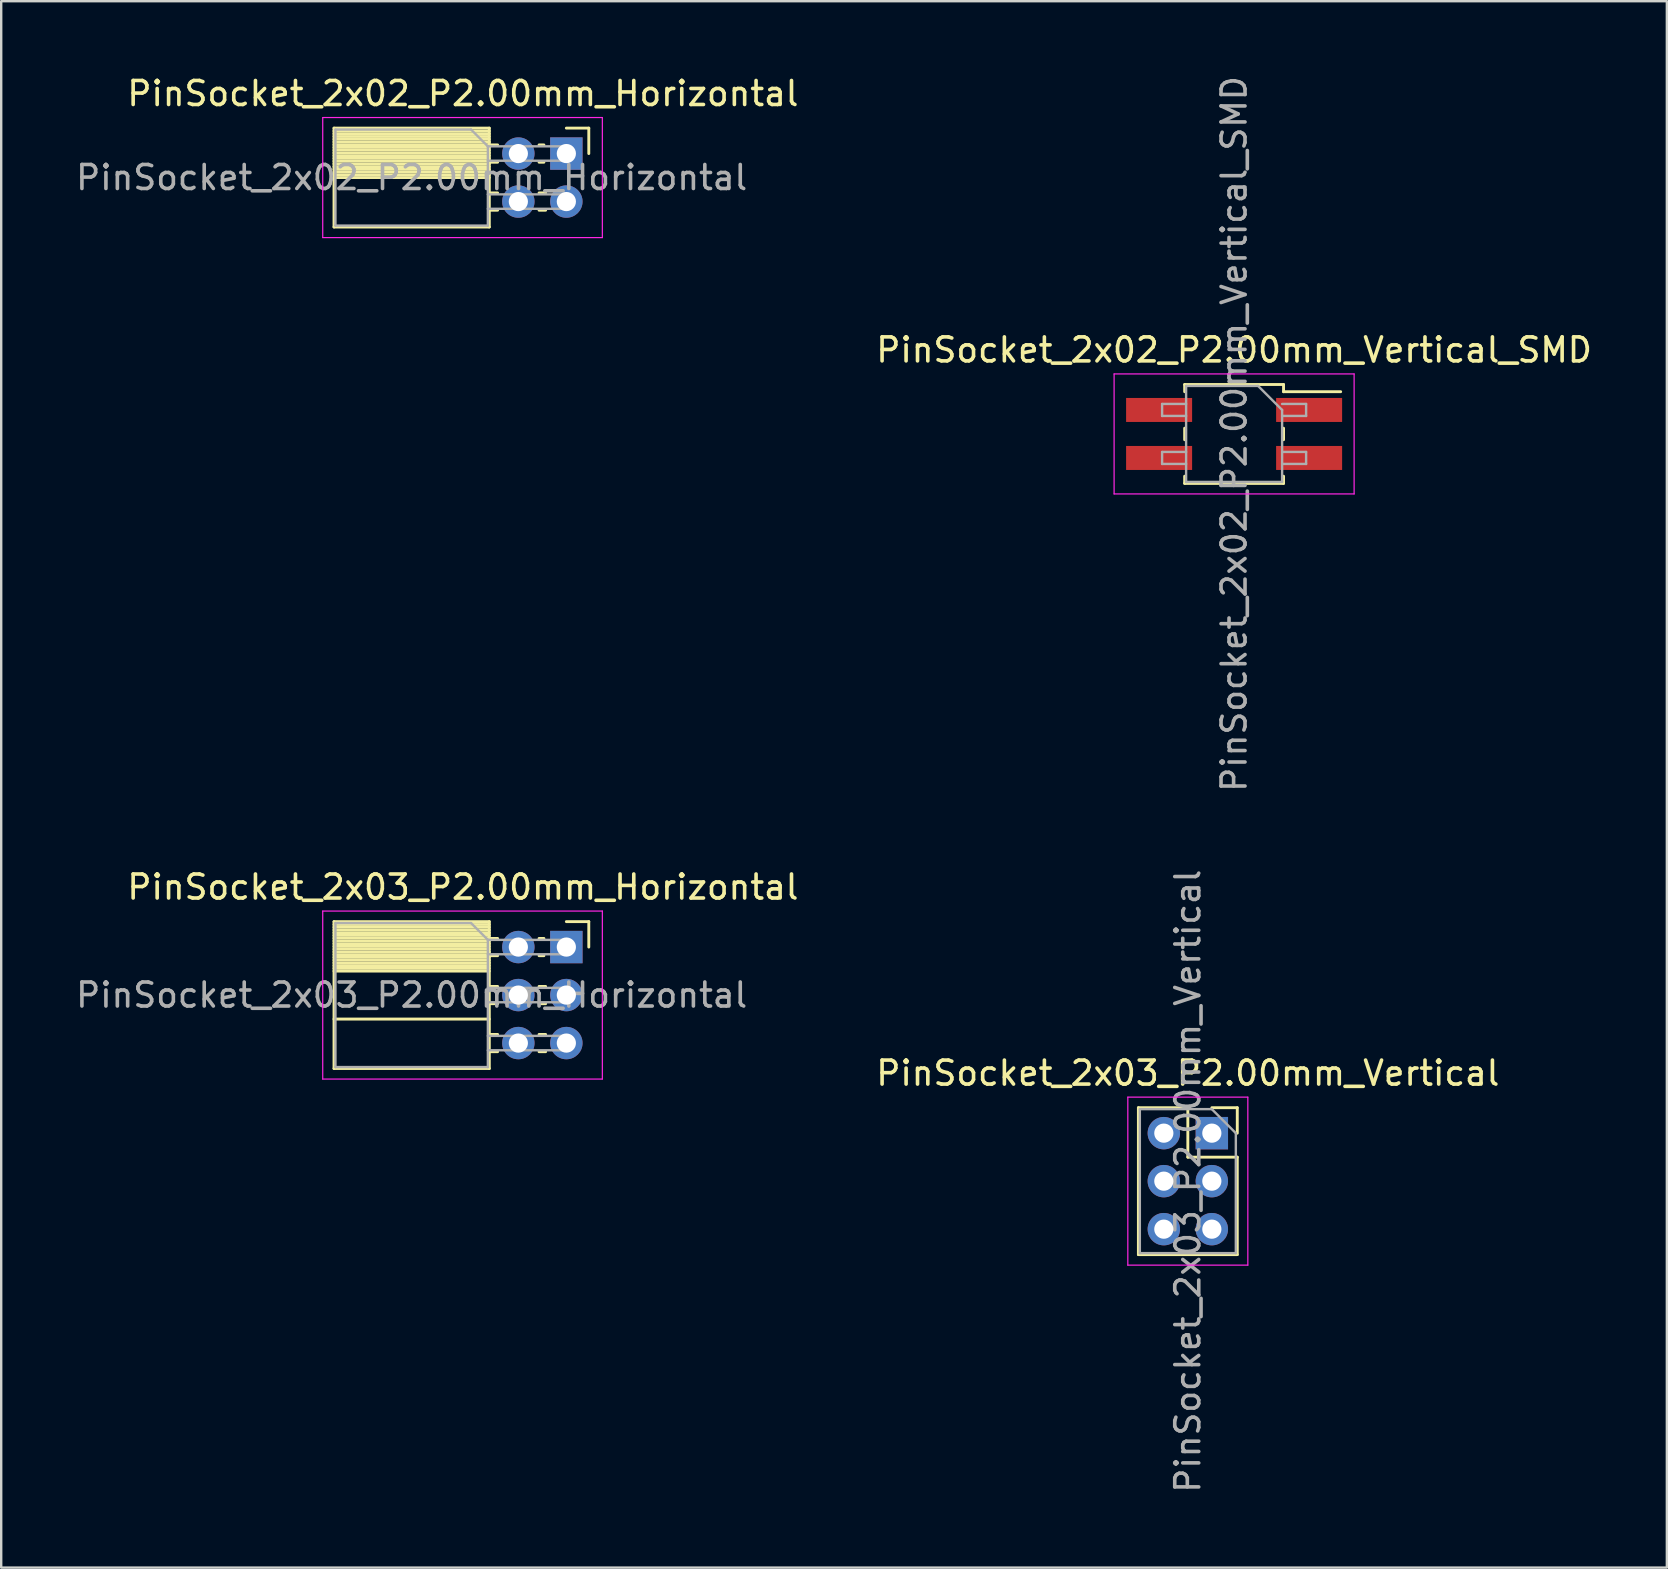
<source format=kicad_pcb>
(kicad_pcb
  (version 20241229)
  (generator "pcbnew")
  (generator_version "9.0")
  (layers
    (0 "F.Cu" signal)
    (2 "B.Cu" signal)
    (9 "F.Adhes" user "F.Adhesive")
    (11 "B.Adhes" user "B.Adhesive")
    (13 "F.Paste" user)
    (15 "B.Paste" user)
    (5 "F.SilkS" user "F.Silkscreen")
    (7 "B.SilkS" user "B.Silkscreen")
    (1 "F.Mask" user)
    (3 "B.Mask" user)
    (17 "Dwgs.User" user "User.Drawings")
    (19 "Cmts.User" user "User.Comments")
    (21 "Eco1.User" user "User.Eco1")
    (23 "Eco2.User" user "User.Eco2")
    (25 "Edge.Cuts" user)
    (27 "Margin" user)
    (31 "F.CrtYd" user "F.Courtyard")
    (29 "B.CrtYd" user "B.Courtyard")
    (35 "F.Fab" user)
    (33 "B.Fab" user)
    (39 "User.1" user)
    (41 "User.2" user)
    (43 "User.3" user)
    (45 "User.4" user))
  (footprint "PinSocket_2x02_P2.00mm_Vertical_SMD"
    (layer "F.Cu")
    (at 48.367 15.03)
    (property "Reference" "PinSocket_2x02_P2.00mm_Vertical_SMD" (at 0 -3.5 0) (layer "F.SilkS") (effects (font (size 1 1) (thickness 0.15))))
    (attr smd)
    (fp_line (start -2.06 -2.06) (end -2.06 -1.76) (stroke (width 0.12) (type solid)) (layer "F.SilkS"))
    (fp_line (start -2.06 -2.06) (end 2.06 -2.06) (stroke (width 0.12) (type solid)) (layer "F.SilkS"))
    (fp_line (start -2.06 -0.24) (end -2.06 0.24) (stroke (width 0.12) (type solid)) (layer "F.SilkS"))
    (fp_line (start -2.06 1.76) (end -2.06 2.06) (stroke (width 0.12) (type solid)) (layer "F.SilkS"))
    (fp_line (start -2.06 2.06) (end 2.06 2.06) (stroke (width 0.12) (type solid)) (layer "F.SilkS"))
    (fp_line (start 2.06 -2.06) (end 2.06 -1.76) (stroke (width 0.12) (type solid)) (layer "F.SilkS"))
    (fp_line (start 2.06 -1.76) (end 4.44 -1.76) (stroke (width 0.12) (type solid)) (layer "F.SilkS"))
    (fp_line (start 2.06 -0.24) (end 2.06 0.24) (stroke (width 0.12) (type solid)) (layer "F.SilkS"))
    (fp_line (start 2.06 1.76) (end 2.06 2.06) (stroke (width 0.12) (type solid)) (layer "F.SilkS"))
    (fp_line (start -5 -2.5) (end 5 -2.5) (stroke (width 0.05) (type solid)) (layer "F.CrtYd"))
    (fp_line (start -5 2.5) (end -5 -2.5) (stroke (width 0.05) (type solid)) (layer "F.CrtYd"))
    (fp_line (start 5 -2.5) (end 5 2.5) (stroke (width 0.05) (type solid)) (layer "F.CrtYd"))
    (fp_line (start 5 2.5) (end -5 2.5) (stroke (width 0.05) (type solid)) (layer "F.CrtYd"))
    (fp_line (start -3 -1.25) (end -2 -1.25) (stroke (width 0.1) (type solid)) (layer "F.Fab"))
    (fp_line (start -3 -0.75) (end -3 -1.25) (stroke (width 0.1) (type solid)) (layer "F.Fab"))
    (fp_line (start -3 0.75) (end -2 0.75) (stroke (width 0.1) (type solid)) (layer "F.Fab"))
    (fp_line (start -3 1.25) (end -3 0.75) (stroke (width 0.1) (type solid)) (layer "F.Fab"))
    (fp_line (start -2 -2) (end 1 -2) (stroke (width 0.1) (type solid)) (layer "F.Fab"))
    (fp_line (start -2 -0.75) (end -3 -0.75) (stroke (width 0.1) (type solid)) (layer "F.Fab"))
    (fp_line (start -2 1.25) (end -3 1.25) (stroke (width 0.1) (type solid)) (layer "F.Fab"))
    (fp_line (start -2 2) (end -2 -2) (stroke (width 0.1) (type solid)) (layer "F.Fab"))
    (fp_line (start 1 -2) (end 2 -1) (stroke (width 0.1) (type solid)) (layer "F.Fab"))
    (fp_line (start 2 -1.25) (end 3 -1.25) (stroke (width 0.1) (type solid)) (layer "F.Fab"))
    (fp_line (start 2 -1) (end 2 2) (stroke (width 0.1) (type solid)) (layer "F.Fab"))
    (fp_line (start 2 0.75) (end 3 0.75) (stroke (width 0.1) (type solid)) (layer "F.Fab"))
    (fp_line (start 2 2) (end -2 2) (stroke (width 0.1) (type solid)) (layer "F.Fab"))
    (fp_line (start 3 -1.25) (end 3 -0.75) (stroke (width 0.1) (type solid)) (layer "F.Fab"))
    (fp_line (start 3 -0.75) (end 2 -0.75) (stroke (width 0.1) (type solid)) (layer "F.Fab"))
    (fp_line (start 3 0.75) (end 3 1.25) (stroke (width 0.1) (type solid)) (layer "F.Fab"))
    (fp_line (start 3 1.25) (end 2 1.25) (stroke (width 0.1) (type solid)) (layer "F.Fab"))
    (fp_text user "${REFERENCE}" (at 0 0 90) (layer "F.Fab") (effects (font (size 1 1) (thickness 0.15))))
    (pad "1" smd rect (at 3.125 -1) (size 2.75 1) (layers "F.Cu" "F.Mask" "F.Paste"))
    (pad "2" smd rect (at -3.125 -1) (size 2.75 1) (layers "F.Cu" "F.Mask" "F.Paste"))
    (pad "3" smd rect (at 3.125 1) (size 2.75 1) (layers "F.Cu" "F.Mask" "F.Paste"))
    (pad "4" smd rect (at -3.125 1) (size 2.75 1) (layers "F.Cu" "F.Mask" "F.Paste")))
  (footprint "PinSocket_2x03_P2.00mm_Horizontal"
    (layer "F.Cu")
    (at 20.546 36.408)
    (property "Reference" "PinSocket_2x03_P2.00mm_Horizontal" (at -4.31 -2.5 0) (layer "F.SilkS") (effects (font (size 1 1) (thickness 0.15))))
    (attr through_hole)
    (fp_line (start -9.68 -1.06) (end -9.68 5.06) (stroke (width 0.12) (type solid)) (layer "F.SilkS"))
    (fp_line (start -9.68 -1.06) (end -3.21 -1.06) (stroke (width 0.12) (type solid)) (layer "F.SilkS"))
    (fp_line (start -9.68 -0.94) (end -3.21 -0.94) (stroke (width 0.12) (type solid)) (layer "F.SilkS"))
    (fp_line (start -9.68 -0.826) (end -3.21 -0.826) (stroke (width 0.12) (type solid)) (layer "F.SilkS"))
    (fp_line (start -9.68 -0.712) (end -3.21 -0.712) (stroke (width 0.12) (type solid)) (layer "F.SilkS"))
    (fp_line (start -9.68 -0.598) (end -3.21 -0.598) (stroke (width 0.12) (type solid)) (layer "F.SilkS"))
    (fp_line (start -9.68 -0.484) (end -3.21 -0.484) (stroke (width 0.12) (type solid)) (layer "F.SilkS"))
    (fp_line (start -9.68 -0.369) (end -3.21 -0.369) (stroke (width 0.12) (type solid)) (layer "F.SilkS"))
    (fp_line (start -9.68 -0.255) (end -3.21 -0.255) (stroke (width 0.12) (type solid)) (layer "F.SilkS"))
    (fp_line (start -9.68 -0.141) (end -3.21 -0.141) (stroke (width 0.12) (type solid)) (layer "F.SilkS"))
    (fp_line (start -9.68 -0.027) (end -3.21 -0.027) (stroke (width 0.12) (type solid)) (layer "F.SilkS"))
    (fp_line (start -9.68 0.087) (end -3.21 0.087) (stroke (width 0.12) (type solid)) (layer "F.SilkS"))
    (fp_line (start -9.68 0.201) (end -3.21 0.201) (stroke (width 0.12) (type solid)) (layer "F.SilkS"))
    (fp_line (start -9.68 0.315) (end -3.21 0.315) (stroke (width 0.12) (type solid)) (layer "F.SilkS"))
    (fp_line (start -9.68 0.429) (end -3.21 0.429) (stroke (width 0.12) (type solid)) (layer "F.SilkS"))
    (fp_line (start -9.68 0.544) (end -3.21 0.544) (stroke (width 0.12) (type solid)) (layer "F.SilkS"))
    (fp_line (start -9.68 0.658) (end -3.21 0.658) (stroke (width 0.12) (type solid)) (layer "F.SilkS"))
    (fp_line (start -9.68 0.772) (end -3.21 0.772) (stroke (width 0.12) (type solid)) (layer "F.SilkS"))
    (fp_line (start -9.68 0.886) (end -3.21 0.886) (stroke (width 0.12) (type solid)) (layer "F.SilkS"))
    (fp_line (start -9.68 1) (end -3.21 1) (stroke (width 0.12) (type solid)) (layer "F.SilkS"))
    (fp_line (start -9.68 3) (end -3.21 3) (stroke (width 0.12) (type solid)) (layer "F.SilkS"))
    (fp_line (start -9.68 5.06) (end -3.21 5.06) (stroke (width 0.12) (type solid)) (layer "F.SilkS"))
    (fp_line (start -3.21 -1.06) (end -3.21 5.06) (stroke (width 0.12) (type solid)) (layer "F.SilkS"))
    (fp_line (start -3.21 -0.36) (end -2.863 -0.36) (stroke (width 0.12) (type solid)) (layer "F.SilkS"))
    (fp_line (start -3.21 0.36) (end -2.863 0.36) (stroke (width 0.12) (type solid)) (layer "F.SilkS"))
    (fp_line (start -3.21 1.64) (end -2.863 1.64) (stroke (width 0.12) (type solid)) (layer "F.SilkS"))
    (fp_line (start -3.21 2.36) (end -2.863 2.36) (stroke (width 0.12) (type solid)) (layer "F.SilkS"))
    (fp_line (start -3.21 3.64) (end -2.863 3.64) (stroke (width 0.12) (type solid)) (layer "F.SilkS"))
    (fp_line (start -3.21 4.36) (end -2.863 4.36) (stroke (width 0.12) (type solid)) (layer "F.SilkS"))
    (fp_line (start -1.137 -0.36) (end -0.935 -0.36) (stroke (width 0.12) (type solid)) (layer "F.SilkS"))
    (fp_line (start -1.137 0.36) (end -0.935 0.36) (stroke (width 0.12) (type solid)) (layer "F.SilkS"))
    (fp_line (start -1.137 1.64) (end -0.863 1.64) (stroke (width 0.12) (type solid)) (layer "F.SilkS"))
    (fp_line (start -1.137 2.36) (end -0.863 2.36) (stroke (width 0.12) (type solid)) (layer "F.SilkS"))
    (fp_line (start -1.137 3.64) (end -0.863 3.64) (stroke (width 0.12) (type solid)) (layer "F.SilkS"))
    (fp_line (start -1.137 4.36) (end -0.863 4.36) (stroke (width 0.12) (type solid)) (layer "F.SilkS"))
    (fp_line (start 0 -1.06) (end 0.935 -1.06) (stroke (width 0.12) (type solid)) (layer "F.SilkS"))
    (fp_line (start 0.935 -1.06) (end 0.935 0) (stroke (width 0.12) (type solid)) (layer "F.SilkS"))
    (fp_line (start -10.15 -1.5) (end -10.15 5.5) (stroke (width 0.05) (type solid)) (layer "F.CrtYd"))
    (fp_line (start -10.15 5.5) (end 1.5 5.5) (stroke (width 0.05) (type solid)) (layer "F.CrtYd"))
    (fp_line (start 1.5 -1.5) (end -10.15 -1.5) (stroke (width 0.05) (type solid)) (layer "F.CrtYd"))
    (fp_line (start 1.5 5.5) (end 1.5 -1.5) (stroke (width 0.05) (type solid)) (layer "F.CrtYd"))
    (fp_line (start -9.62 -1) (end -3.97 -1) (stroke (width 0.1) (type solid)) (layer "F.Fab"))
    (fp_line (start -9.62 5) (end -9.62 -1) (stroke (width 0.1) (type solid)) (layer "F.Fab"))
    (fp_line (start -3.97 -1) (end -3.27 -0.3) (stroke (width 0.1) (type solid)) (layer "F.Fab"))
    (fp_line (start -3.27 -0.3) (end -3.27 5) (stroke (width 0.1) (type solid)) (layer "F.Fab"))
    (fp_line (start -3.27 0.3) (end 0 0.3) (stroke (width 0.1) (type solid)) (layer "F.Fab"))
    (fp_line (start -3.27 2.3) (end 0 2.3) (stroke (width 0.1) (type solid)) (layer "F.Fab"))
    (fp_line (start -3.27 4.3) (end 0 4.3) (stroke (width 0.1) (type solid)) (layer "F.Fab"))
    (fp_line (start -3.27 5) (end -9.62 5) (stroke (width 0.1) (type solid)) (layer "F.Fab"))
    (fp_line (start 0 -0.3) (end -3.27 -0.3) (stroke (width 0.1) (type solid)) (layer "F.Fab"))
    (fp_line (start 0 0.3) (end 0 -0.3) (stroke (width 0.1) (type solid)) (layer "F.Fab"))
    (fp_line (start 0 1.7) (end -3.27 1.7) (stroke (width 0.1) (type solid)) (layer "F.Fab"))
    (fp_line (start 0 2.3) (end 0 1.7) (stroke (width 0.1) (type solid)) (layer "F.Fab"))
    (fp_line (start 0 3.7) (end -3.27 3.7) (stroke (width 0.1) (type solid)) (layer "F.Fab"))
    (fp_line (start 0 4.3) (end 0 3.7) (stroke (width 0.1) (type solid)) (layer "F.Fab"))
    (fp_text user "${REFERENCE}" (at -6.445 2 0) (layer "F.Fab") (effects (font (size 1 1) (thickness 0.15))))
    (pad "1" thru_hole rect (at 0 0) (size 1.35 1.35) (drill 0.8) (layers "*.Cu" "*.Mask"))
    (pad "2" thru_hole circle (at -2 0) (size 1.35 1.35) (drill 0.8) (layers "*.Cu" "*.Mask"))
    (pad "3" thru_hole circle (at 0 2) (size 1.35 1.35) (drill 0.8) (layers "*.Cu" "*.Mask"))
    (pad "4" thru_hole circle (at -2 2) (size 1.35 1.35) (drill 0.8) (layers "*.Cu" "*.Mask"))
    (pad "5" thru_hole circle (at 0 4) (size 1.35 1.35) (drill 0.8) (layers "*.Cu" "*.Mask"))
    (pad "6" thru_hole circle (at -2 4) (size 1.35 1.35) (drill 0.8) (layers "*.Cu" "*.Mask")))
  (footprint "PinSocket_2x02_P2.00mm_Horizontal"
    (layer "F.Cu")
    (at 20.546 3.348)
    (property "Reference" "PinSocket_2x02_P2.00mm_Horizontal" (at -4.31 -2.5 0) (layer "F.SilkS") (effects (font (size 1 1) (thickness 0.15))))
    (attr through_hole)
    (fp_line (start -9.68 -1.06) (end -9.68 3.06) (stroke (width 0.12) (type solid)) (layer "F.SilkS"))
    (fp_line (start -9.68 -1.06) (end -3.21 -1.06) (stroke (width 0.12) (type solid)) (layer "F.SilkS"))
    (fp_line (start -9.68 -0.94) (end -3.21 -0.94) (stroke (width 0.12) (type solid)) (layer "F.SilkS"))
    (fp_line (start -9.68 -0.826) (end -3.21 -0.826) (stroke (width 0.12) (type solid)) (layer "F.SilkS"))
    (fp_line (start -9.68 -0.712) (end -3.21 -0.712) (stroke (width 0.12) (type solid)) (layer "F.SilkS"))
    (fp_line (start -9.68 -0.598) (end -3.21 -0.598) (stroke (width 0.12) (type solid)) (layer "F.SilkS"))
    (fp_line (start -9.68 -0.484) (end -3.21 -0.484) (stroke (width 0.12) (type solid)) (layer "F.SilkS"))
    (fp_line (start -9.68 -0.369) (end -3.21 -0.369) (stroke (width 0.12) (type solid)) (layer "F.SilkS"))
    (fp_line (start -9.68 -0.255) (end -3.21 -0.255) (stroke (width 0.12) (type solid)) (layer "F.SilkS"))
    (fp_line (start -9.68 -0.141) (end -3.21 -0.141) (stroke (width 0.12) (type solid)) (layer "F.SilkS"))
    (fp_line (start -9.68 -0.027) (end -3.21 -0.027) (stroke (width 0.12) (type solid)) (layer "F.SilkS"))
    (fp_line (start -9.68 0.087) (end -3.21 0.087) (stroke (width 0.12) (type solid)) (layer "F.SilkS"))
    (fp_line (start -9.68 0.201) (end -3.21 0.201) (stroke (width 0.12) (type solid)) (layer "F.SilkS"))
    (fp_line (start -9.68 0.315) (end -3.21 0.315) (stroke (width 0.12) (type solid)) (layer "F.SilkS"))
    (fp_line (start -9.68 0.429) (end -3.21 0.429) (stroke (width 0.12) (type solid)) (layer "F.SilkS"))
    (fp_line (start -9.68 0.544) (end -3.21 0.544) (stroke (width 0.12) (type solid)) (layer "F.SilkS"))
    (fp_line (start -9.68 0.658) (end -3.21 0.658) (stroke (width 0.12) (type solid)) (layer "F.SilkS"))
    (fp_line (start -9.68 0.772) (end -3.21 0.772) (stroke (width 0.12) (type solid)) (layer "F.SilkS"))
    (fp_line (start -9.68 0.886) (end -3.21 0.886) (stroke (width 0.12) (type solid)) (layer "F.SilkS"))
    (fp_line (start -9.68 1) (end -3.21 1) (stroke (width 0.12) (type solid)) (layer "F.SilkS"))
    (fp_line (start -9.68 3.06) (end -3.21 3.06) (stroke (width 0.12) (type solid)) (layer "F.SilkS"))
    (fp_line (start -3.21 -1.06) (end -3.21 3.06) (stroke (width 0.12) (type solid)) (layer "F.SilkS"))
    (fp_line (start -3.21 -0.36) (end -2.863 -0.36) (stroke (width 0.12) (type solid)) (layer "F.SilkS"))
    (fp_line (start -3.21 0.36) (end -2.863 0.36) (stroke (width 0.12) (type solid)) (layer "F.SilkS"))
    (fp_line (start -3.21 1.64) (end -2.863 1.64) (stroke (width 0.12) (type solid)) (layer "F.SilkS"))
    (fp_line (start -3.21 2.36) (end -2.863 2.36) (stroke (width 0.12) (type solid)) (layer "F.SilkS"))
    (fp_line (start -1.137 -0.36) (end -0.935 -0.36) (stroke (width 0.12) (type solid)) (layer "F.SilkS"))
    (fp_line (start -1.137 0.36) (end -0.935 0.36) (stroke (width 0.12) (type solid)) (layer "F.SilkS"))
    (fp_line (start -1.137 1.64) (end -0.863 1.64) (stroke (width 0.12) (type solid)) (layer "F.SilkS"))
    (fp_line (start -1.137 2.36) (end -0.863 2.36) (stroke (width 0.12) (type solid)) (layer "F.SilkS"))
    (fp_line (start 0 -1.06) (end 0.935 -1.06) (stroke (width 0.12) (type solid)) (layer "F.SilkS"))
    (fp_line (start 0.935 -1.06) (end 0.935 0) (stroke (width 0.12) (type solid)) (layer "F.SilkS"))
    (fp_line (start -10.15 -1.5) (end -10.15 3.5) (stroke (width 0.05) (type solid)) (layer "F.CrtYd"))
    (fp_line (start -10.15 3.5) (end 1.5 3.5) (stroke (width 0.05) (type solid)) (layer "F.CrtYd"))
    (fp_line (start 1.5 -1.5) (end -10.15 -1.5) (stroke (width 0.05) (type solid)) (layer "F.CrtYd"))
    (fp_line (start 1.5 3.5) (end 1.5 -1.5) (stroke (width 0.05) (type solid)) (layer "F.CrtYd"))
    (fp_line (start -9.62 -1) (end -3.97 -1) (stroke (width 0.1) (type solid)) (layer "F.Fab"))
    (fp_line (start -9.62 3) (end -9.62 -1) (stroke (width 0.1) (type solid)) (layer "F.Fab"))
    (fp_line (start -3.97 -1) (end -3.27 -0.3) (stroke (width 0.1) (type solid)) (layer "F.Fab"))
    (fp_line (start -3.27 -0.3) (end -3.27 3) (stroke (width 0.1) (type solid)) (layer "F.Fab"))
    (fp_line (start -3.27 0.3) (end 0 0.3) (stroke (width 0.1) (type solid)) (layer "F.Fab"))
    (fp_line (start -3.27 2.3) (end 0 2.3) (stroke (width 0.1) (type solid)) (layer "F.Fab"))
    (fp_line (start -3.27 3) (end -9.62 3) (stroke (width 0.1) (type solid)) (layer "F.Fab"))
    (fp_line (start 0 -0.3) (end -3.27 -0.3) (stroke (width 0.1) (type solid)) (layer "F.Fab"))
    (fp_line (start 0 0.3) (end 0 -0.3) (stroke (width 0.1) (type solid)) (layer "F.Fab"))
    (fp_line (start 0 1.7) (end -3.27 1.7) (stroke (width 0.1) (type solid)) (layer "F.Fab"))
    (fp_line (start 0 2.3) (end 0 1.7) (stroke (width 0.1) (type solid)) (layer "F.Fab"))
    (fp_text user "${REFERENCE}" (at -6.445 1 0) (layer "F.Fab") (effects (font (size 1 1) (thickness 0.15))))
    (pad "1" thru_hole rect (at 0 0) (size 1.35 1.35) (drill 0.8) (layers "*.Cu" "*.Mask"))
    (pad "2" thru_hole circle (at -2 0) (size 1.35 1.35) (drill 0.8) (layers "*.Cu" "*.Mask"))
    (pad "3" thru_hole circle (at 0 2) (size 1.35 1.35) (drill 0.8) (layers "*.Cu" "*.Mask"))
    (pad "4" thru_hole circle (at -2 2) (size 1.35 1.35) (drill 0.8) (layers "*.Cu" "*.Mask")))
  (footprint "PinSocket_2x03_P2.00mm_Vertical"
    (layer "F.Cu")
    (at 47.439 44.161)
    (property "Reference" "PinSocket_2x03_P2.00mm_Vertical" (at -1 -2.5 0) (layer "F.SilkS") (effects (font (size 1 1) (thickness 0.15))))
    (attr through_hole)
    (fp_line (start -3.06 -1.06) (end -3.06 5.06) (stroke (width 0.12) (type solid)) (layer "F.SilkS"))
    (fp_line (start -3.06 -1.06) (end -1 -1.06) (stroke (width 0.12) (type solid)) (layer "F.SilkS"))
    (fp_line (start -3.06 5.06) (end 1.06 5.06) (stroke (width 0.12) (type solid)) (layer "F.SilkS"))
    (fp_line (start -1 -1.06) (end -1 1) (stroke (width 0.12) (type solid)) (layer "F.SilkS"))
    (fp_line (start -1 1) (end 1.06 1) (stroke (width 0.12) (type solid)) (layer "F.SilkS"))
    (fp_line (start 0 -1.06) (end 1.06 -1.06) (stroke (width 0.12) (type solid)) (layer "F.SilkS"))
    (fp_line (start 1.06 -1.06) (end 1.06 0) (stroke (width 0.12) (type solid)) (layer "F.SilkS"))
    (fp_line (start 1.06 1) (end 1.06 5.06) (stroke (width 0.12) (type solid)) (layer "F.SilkS"))
    (fp_line (start -3.5 -1.5) (end 1.5 -1.5) (stroke (width 0.05) (type solid)) (layer "F.CrtYd"))
    (fp_line (start -3.5 5.5) (end -3.5 -1.5) (stroke (width 0.05) (type solid)) (layer "F.CrtYd"))
    (fp_line (start 1.5 -1.5) (end 1.5 5.5) (stroke (width 0.05) (type solid)) (layer "F.CrtYd"))
    (fp_line (start 1.5 5.5) (end -3.5 5.5) (stroke (width 0.05) (type solid)) (layer "F.CrtYd"))
    (fp_line (start -3 -1) (end 0 -1) (stroke (width 0.1) (type solid)) (layer "F.Fab"))
    (fp_line (start -3 5) (end -3 -1) (stroke (width 0.1) (type solid)) (layer "F.Fab"))
    (fp_line (start 0 -1) (end 1 0) (stroke (width 0.1) (type solid)) (layer "F.Fab"))
    (fp_line (start 1 0) (end 1 5) (stroke (width 0.1) (type solid)) (layer "F.Fab"))
    (fp_line (start 1 5) (end -3 5) (stroke (width 0.1) (type solid)) (layer "F.Fab"))
    (fp_text user "${REFERENCE}" (at -1 2 90) (layer "F.Fab") (effects (font (size 1 1) (thickness 0.15))))
    (pad "1" thru_hole rect (at 0 0) (size 1.35 1.35) (drill 0.8) (layers "*.Cu" "*.Mask"))
    (pad "2" thru_hole circle (at -2 0) (size 1.35 1.35) (drill 0.8) (layers "*.Cu" "*.Mask"))
    (pad "3" thru_hole circle (at 0 2) (size 1.35 1.35) (drill 0.8) (layers "*.Cu" "*.Mask"))
    (pad "4" thru_hole circle (at -2 2) (size 1.35 1.35) (drill 0.8) (layers "*.Cu" "*.Mask"))
    (pad "5" thru_hole circle (at 0 4) (size 1.35 1.35) (drill 0.8) (layers "*.Cu" "*.Mask"))
    (pad "6" thru_hole circle (at -2 4) (size 1.35 1.35) (drill 0.8) (layers "*.Cu" "*.Mask")))
  (gr_rect
    (start -3 -3)
    (end 66.397 62.262)
    (stroke (width 0.1) (type default))
    (fill no)
    (layer "Edge.Cuts")))
</source>
